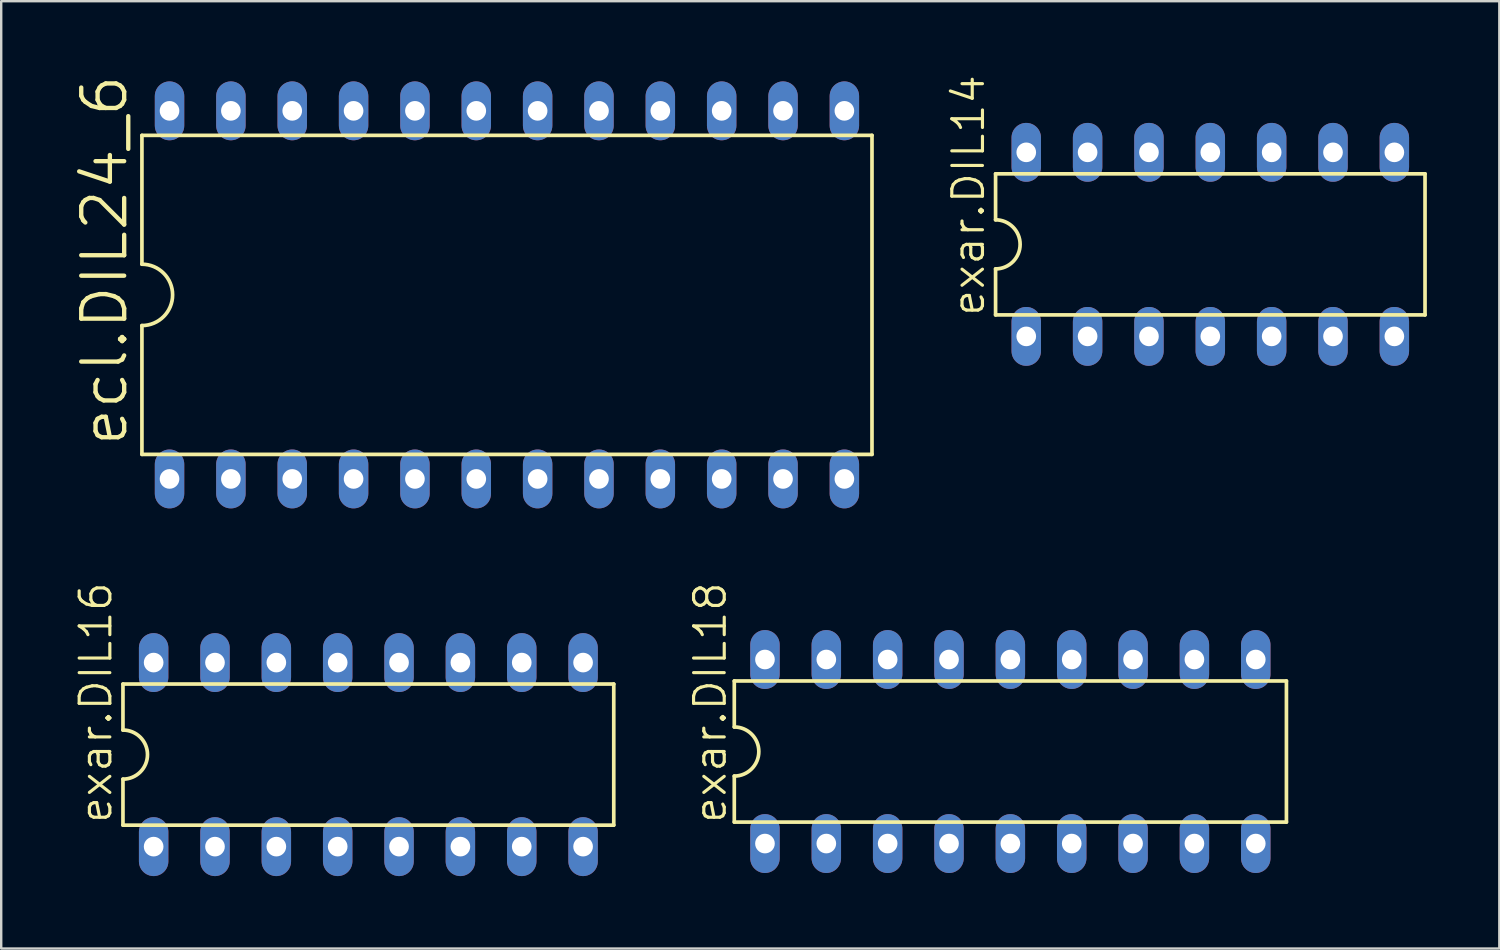
<source format=kicad_pcb>
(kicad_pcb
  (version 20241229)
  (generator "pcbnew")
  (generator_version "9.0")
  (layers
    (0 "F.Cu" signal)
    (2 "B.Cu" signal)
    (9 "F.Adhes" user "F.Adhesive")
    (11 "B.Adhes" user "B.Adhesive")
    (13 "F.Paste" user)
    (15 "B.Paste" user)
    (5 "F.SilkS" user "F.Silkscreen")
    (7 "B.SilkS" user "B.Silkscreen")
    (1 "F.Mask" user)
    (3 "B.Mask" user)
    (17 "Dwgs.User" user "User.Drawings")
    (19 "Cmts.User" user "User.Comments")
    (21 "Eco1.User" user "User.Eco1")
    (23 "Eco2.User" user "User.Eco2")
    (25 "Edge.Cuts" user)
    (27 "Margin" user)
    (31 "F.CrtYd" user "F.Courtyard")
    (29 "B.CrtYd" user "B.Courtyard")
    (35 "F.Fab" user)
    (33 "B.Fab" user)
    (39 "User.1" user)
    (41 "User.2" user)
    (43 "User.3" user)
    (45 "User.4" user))
  (footprint "exar.DIL16"
    (layer "F.Cu")
    (at 12.201 28.192)
    (property "Reference" "exar.DIL16" (at -10.541 2.921 90) (layer "F.SilkS") (effects (font (size 1.27 1.27) (thickness 0.13)) (justify left bottom)))
    (attr through_hole)
    (fp_line (start -10.16 -2.921) (end -10.16 -1.016) (stroke (width 0.152) (type default)) (layer "F.SilkS"))
    (fp_line (start -10.16 2.921) (end -10.16 1.016) (stroke (width 0.152) (type default)) (layer "F.SilkS"))
    (fp_line (start -10.16 2.921) (end 10.16 2.921) (stroke (width 0.152) (type default)) (layer "F.SilkS"))
    (fp_line (start 10.16 -2.921) (end -10.16 -2.921) (stroke (width 0.152) (type default)) (layer "F.SilkS"))
    (fp_line (start 10.16 -2.921) (end 10.16 2.921) (stroke (width 0.152) (type default)) (layer "F.SilkS"))
    (fp_arc (start -10.16 -1.016) (mid -9.144 0) (end -10.16 1.016) (stroke (width 0.1524) (type default)) (layer "F.SilkS"))
    (pad "1" thru_hole oval (at -8.89 3.81 90) (size 2.438 1.219) (drill 0.813) (layers "*.Cu" "*.Mask"))
    (pad "2" thru_hole oval (at -6.35 3.81 90) (size 2.438 1.219) (drill 0.813) (layers "*.Cu" "*.Mask"))
    (pad "3" thru_hole oval (at -3.81 3.81 90) (size 2.438 1.219) (drill 0.813) (layers "*.Cu" "*.Mask"))
    (pad "4" thru_hole oval (at -1.27 3.81 90) (size 2.438 1.219) (drill 0.813) (layers "*.Cu" "*.Mask"))
    (pad "5" thru_hole oval (at 1.27 3.81 90) (size 2.438 1.219) (drill 0.813) (layers "*.Cu" "*.Mask"))
    (pad "6" thru_hole oval (at 3.81 3.81 90) (size 2.438 1.219) (drill 0.813) (layers "*.Cu" "*.Mask"))
    (pad "7" thru_hole oval (at 6.35 3.81 90) (size 2.438 1.219) (drill 0.813) (layers "*.Cu" "*.Mask"))
    (pad "8" thru_hole oval (at 8.89 3.81 90) (size 2.438 1.219) (drill 0.813) (layers "*.Cu" "*.Mask"))
    (pad "9" thru_hole oval (at 8.89 -3.81 90) (size 2.438 1.219) (drill 0.813) (layers "*.Cu" "*.Mask"))
    (pad "10" thru_hole oval (at 6.35 -3.81 90) (size 2.438 1.219) (drill 0.813) (layers "*.Cu" "*.Mask"))
    (pad "11" thru_hole oval (at 3.81 -3.81 90) (size 2.438 1.219) (drill 0.813) (layers "*.Cu" "*.Mask"))
    (pad "12" thru_hole oval (at 1.27 -3.81 90) (size 2.438 1.219) (drill 0.813) (layers "*.Cu" "*.Mask"))
    (pad "13" thru_hole oval (at -1.27 -3.81 90) (size 2.438 1.219) (drill 0.813) (layers "*.Cu" "*.Mask"))
    (pad "14" thru_hole oval (at -3.81 -3.81 90) (size 2.438 1.219) (drill 0.813) (layers "*.Cu" "*.Mask"))
    (pad "15" thru_hole oval (at -6.35 -3.81 90) (size 2.438 1.219) (drill 0.813) (layers "*.Cu" "*.Mask"))
    (pad "16" thru_hole oval (at -8.89 -3.81 90) (size 2.438 1.219) (drill 0.813) (layers "*.Cu" "*.Mask")))
  (footprint "exar.DIL14"
    (layer "F.Cu")
    (at 47.059 7.067)
    (property "Reference" "exar.DIL14" (at -9.271 3.048 90) (layer "F.SilkS") (effects (font (size 1.27 1.27) (thickness 0.13)) (justify left bottom)))
    (attr through_hole)
    (fp_line (start -8.89 -2.921) (end -8.89 -1.016) (stroke (width 0.152) (type default)) (layer "F.SilkS"))
    (fp_line (start -8.89 2.921) (end -8.89 1.016) (stroke (width 0.152) (type default)) (layer "F.SilkS"))
    (fp_line (start -8.89 2.921) (end 8.89 2.921) (stroke (width 0.152) (type default)) (layer "F.SilkS"))
    (fp_line (start 8.89 -2.921) (end -8.89 -2.921) (stroke (width 0.152) (type default)) (layer "F.SilkS"))
    (fp_line (start 8.89 -2.921) (end 8.89 2.921) (stroke (width 0.152) (type default)) (layer "F.SilkS"))
    (fp_arc (start -8.89 -1.016) (mid -7.874 0) (end -8.89 1.016) (stroke (width 0.1524) (type default)) (layer "F.SilkS"))
    (pad "1" thru_hole oval (at -7.62 3.81 90) (size 2.438 1.219) (drill 0.813) (layers "*.Cu" "*.Mask"))
    (pad "2" thru_hole oval (at -5.08 3.81 90) (size 2.438 1.219) (drill 0.813) (layers "*.Cu" "*.Mask"))
    (pad "3" thru_hole oval (at -2.54 3.81 90) (size 2.438 1.219) (drill 0.813) (layers "*.Cu" "*.Mask"))
    (pad "4" thru_hole oval (at 0 3.81 90) (size 2.438 1.219) (drill 0.813) (layers "*.Cu" "*.Mask"))
    (pad "5" thru_hole oval (at 2.54 3.81 90) (size 2.438 1.219) (drill 0.813) (layers "*.Cu" "*.Mask"))
    (pad "6" thru_hole oval (at 5.08 3.81 90) (size 2.438 1.219) (drill 0.813) (layers "*.Cu" "*.Mask"))
    (pad "7" thru_hole oval (at 7.62 3.81 90) (size 2.438 1.219) (drill 0.813) (layers "*.Cu" "*.Mask"))
    (pad "8" thru_hole oval (at 7.62 -3.81 90) (size 2.438 1.219) (drill 0.813) (layers "*.Cu" "*.Mask"))
    (pad "9" thru_hole oval (at 5.08 -3.81 90) (size 2.438 1.219) (drill 0.813) (layers "*.Cu" "*.Mask"))
    (pad "10" thru_hole oval (at 2.54 -3.81 90) (size 2.438 1.219) (drill 0.813) (layers "*.Cu" "*.Mask"))
    (pad "11" thru_hole oval (at 0 -3.81 90) (size 2.438 1.219) (drill 0.813) (layers "*.Cu" "*.Mask"))
    (pad "12" thru_hole oval (at -2.54 -3.81 90) (size 2.438 1.219) (drill 0.813) (layers "*.Cu" "*.Mask"))
    (pad "13" thru_hole oval (at -5.08 -3.81 90) (size 2.438 1.219) (drill 0.813) (layers "*.Cu" "*.Mask"))
    (pad "14" thru_hole oval (at -7.62 -3.81 90) (size 2.438 1.219) (drill 0.813) (layers "*.Cu" "*.Mask")))
  (footprint "ecl.DIL24_6"
    (layer "F.Cu")
    (at 17.939 9.159)
    (property "Reference" "ecl.DIL24_6" (at -15.621 6.35 90) (layer "F.SilkS") (effects (font (size 1.778 1.778) (thickness 0.18)) (justify left bottom)))
    (attr through_hole)
    (fp_line (start -15.113 -6.604) (end -15.113 -1.27) (stroke (width 0.152) (type default)) (layer "F.SilkS"))
    (fp_line (start -15.113 -6.604) (end 15.113 -6.604) (stroke (width 0.152) (type default)) (layer "F.SilkS"))
    (fp_line (start -15.113 1.27) (end -15.113 6.604) (stroke (width 0.152) (type default)) (layer "F.SilkS"))
    (fp_line (start -15.113 6.604) (end 15.113 6.604) (stroke (width 0.152) (type default)) (layer "F.SilkS"))
    (fp_line (start 15.113 6.604) (end 15.113 -6.604) (stroke (width 0.152) (type default)) (layer "F.SilkS"))
    (fp_arc (start -15.113 -1.27) (mid -13.843 0) (end -15.113 1.27) (stroke (width 0.1524) (type default)) (layer "F.SilkS"))
    (pad "1" thru_hole oval (at -13.97 7.62 90) (size 2.438 1.219) (drill 0.813) (layers "*.Cu" "*.Mask"))
    (pad "2" thru_hole oval (at -11.43 7.62 90) (size 2.438 1.219) (drill 0.813) (layers "*.Cu" "*.Mask"))
    (pad "3" thru_hole oval (at -8.89 7.62 90) (size 2.438 1.219) (drill 0.813) (layers "*.Cu" "*.Mask"))
    (pad "4" thru_hole oval (at -6.35 7.62 90) (size 2.438 1.219) (drill 0.813) (layers "*.Cu" "*.Mask"))
    (pad "5" thru_hole oval (at -3.81 7.62 90) (size 2.438 1.219) (drill 0.813) (layers "*.Cu" "*.Mask"))
    (pad "6" thru_hole oval (at -1.27 7.62 90) (size 2.438 1.219) (drill 0.813) (layers "*.Cu" "*.Mask"))
    (pad "7" thru_hole oval (at 1.27 7.62 90) (size 2.438 1.219) (drill 0.813) (layers "*.Cu" "*.Mask"))
    (pad "8" thru_hole oval (at 3.81 7.62 90) (size 2.438 1.219) (drill 0.813) (layers "*.Cu" "*.Mask"))
    (pad "9" thru_hole oval (at 6.35 7.62 90) (size 2.438 1.219) (drill 0.813) (layers "*.Cu" "*.Mask"))
    (pad "10" thru_hole oval (at 8.89 7.62 90) (size 2.438 1.219) (drill 0.813) (layers "*.Cu" "*.Mask"))
    (pad "11" thru_hole oval (at 11.43 7.62 90) (size 2.438 1.219) (drill 0.813) (layers "*.Cu" "*.Mask"))
    (pad "12" thru_hole oval (at 13.97 7.62 90) (size 2.438 1.219) (drill 0.813) (layers "*.Cu" "*.Mask"))
    (pad "13" thru_hole oval (at 13.97 -7.62 90) (size 2.438 1.219) (drill 0.813) (layers "*.Cu" "*.Mask"))
    (pad "14" thru_hole oval (at 11.43 -7.62 90) (size 2.438 1.219) (drill 0.813) (layers "*.Cu" "*.Mask"))
    (pad "15" thru_hole oval (at 8.89 -7.62 90) (size 2.438 1.219) (drill 0.813) (layers "*.Cu" "*.Mask"))
    (pad "16" thru_hole oval (at 6.35 -7.62 90) (size 2.438 1.219) (drill 0.813) (layers "*.Cu" "*.Mask"))
    (pad "17" thru_hole oval (at 3.81 -7.62 90) (size 2.438 1.219) (drill 0.813) (layers "*.Cu" "*.Mask"))
    (pad "18" thru_hole oval (at 1.27 -7.62 90) (size 2.438 1.219) (drill 0.813) (layers "*.Cu" "*.Mask"))
    (pad "19" thru_hole oval (at -1.27 -7.62 90) (size 2.438 1.219) (drill 0.813) (layers "*.Cu" "*.Mask"))
    (pad "20" thru_hole oval (at -3.81 -7.62 90) (size 2.438 1.219) (drill 0.813) (layers "*.Cu" "*.Mask"))
    (pad "21" thru_hole oval (at -6.35 -7.62 90) (size 2.438 1.219) (drill 0.813) (layers "*.Cu" "*.Mask"))
    (pad "22" thru_hole oval (at -8.89 -7.62 90) (size 2.438 1.219) (drill 0.813) (layers "*.Cu" "*.Mask"))
    (pad "23" thru_hole oval (at -11.43 -7.62 90) (size 2.438 1.219) (drill 0.813) (layers "*.Cu" "*.Mask"))
    (pad "24" thru_hole oval (at -13.97 -7.62 90) (size 2.438 1.219) (drill 0.813) (layers "*.Cu" "*.Mask")))
  (footprint "exar.DIL18"
    (layer "F.Cu")
    (at 38.781 28.065)
    (property "Reference" "exar.DIL18" (at -11.684 3.048 90) (layer "F.SilkS") (effects (font (size 1.27 1.27) (thickness 0.13)) (justify left bottom)))
    (attr through_hole)
    (fp_line (start -11.43 -2.921) (end -11.43 -1.016) (stroke (width 0.152) (type default)) (layer "F.SilkS"))
    (fp_line (start -11.43 2.921) (end -11.43 1.016) (stroke (width 0.152) (type default)) (layer "F.SilkS"))
    (fp_line (start -11.43 2.921) (end 11.43 2.921) (stroke (width 0.152) (type default)) (layer "F.SilkS"))
    (fp_line (start 11.43 -2.921) (end -11.43 -2.921) (stroke (width 0.152) (type default)) (layer "F.SilkS"))
    (fp_line (start 11.43 -2.921) (end 11.43 2.921) (stroke (width 0.152) (type default)) (layer "F.SilkS"))
    (fp_arc (start -11.43 -1.016) (mid -10.414 0) (end -11.43 1.016) (stroke (width 0.1524) (type default)) (layer "F.SilkS"))
    (pad "1" thru_hole oval (at -10.16 3.81 90) (size 2.438 1.219) (drill 0.813) (layers "*.Cu" "*.Mask"))
    (pad "2" thru_hole oval (at -7.62 3.81 90) (size 2.438 1.219) (drill 0.813) (layers "*.Cu" "*.Mask"))
    (pad "3" thru_hole oval (at -5.08 3.81 90) (size 2.438 1.219) (drill 0.813) (layers "*.Cu" "*.Mask"))
    (pad "4" thru_hole oval (at -2.54 3.81 90) (size 2.438 1.219) (drill 0.813) (layers "*.Cu" "*.Mask"))
    (pad "5" thru_hole oval (at 0 3.81 90) (size 2.438 1.219) (drill 0.813) (layers "*.Cu" "*.Mask"))
    (pad "6" thru_hole oval (at 2.54 3.81 90) (size 2.438 1.219) (drill 0.813) (layers "*.Cu" "*.Mask"))
    (pad "7" thru_hole oval (at 5.08 3.81 90) (size 2.438 1.219) (drill 0.813) (layers "*.Cu" "*.Mask"))
    (pad "8" thru_hole oval (at 7.62 3.81 90) (size 2.438 1.219) (drill 0.813) (layers "*.Cu" "*.Mask"))
    (pad "9" thru_hole oval (at 10.16 3.81 90) (size 2.438 1.219) (drill 0.813) (layers "*.Cu" "*.Mask"))
    (pad "10" thru_hole oval (at 10.16 -3.81 90) (size 2.438 1.219) (drill 0.813) (layers "*.Cu" "*.Mask"))
    (pad "11" thru_hole oval (at 7.62 -3.81 90) (size 2.438 1.219) (drill 0.813) (layers "*.Cu" "*.Mask"))
    (pad "12" thru_hole oval (at 5.08 -3.81 90) (size 2.438 1.219) (drill 0.813) (layers "*.Cu" "*.Mask"))
    (pad "13" thru_hole oval (at 2.54 -3.81 90) (size 2.438 1.219) (drill 0.813) (layers "*.Cu" "*.Mask"))
    (pad "14" thru_hole oval (at 0 -3.81 90) (size 2.438 1.219) (drill 0.813) (layers "*.Cu" "*.Mask"))
    (pad "15" thru_hole oval (at -2.54 -3.81 90) (size 2.438 1.219) (drill 0.813) (layers "*.Cu" "*.Mask"))
    (pad "16" thru_hole oval (at -5.08 -3.81 90) (size 2.438 1.219) (drill 0.813) (layers "*.Cu" "*.Mask"))
    (pad "17" thru_hole oval (at -7.62 -3.81 90) (size 2.438 1.219) (drill 0.813) (layers "*.Cu" "*.Mask"))
    (pad "18" thru_hole oval (at -10.16 -3.81 90) (size 2.438 1.219) (drill 0.813) (layers "*.Cu" "*.Mask")))
  (gr_rect
    (start -3 -3)
    (end 59.025 36.221)
    (stroke (width 0.1) (type default))
    (fill no)
    (layer "Edge.Cuts")))
</source>
